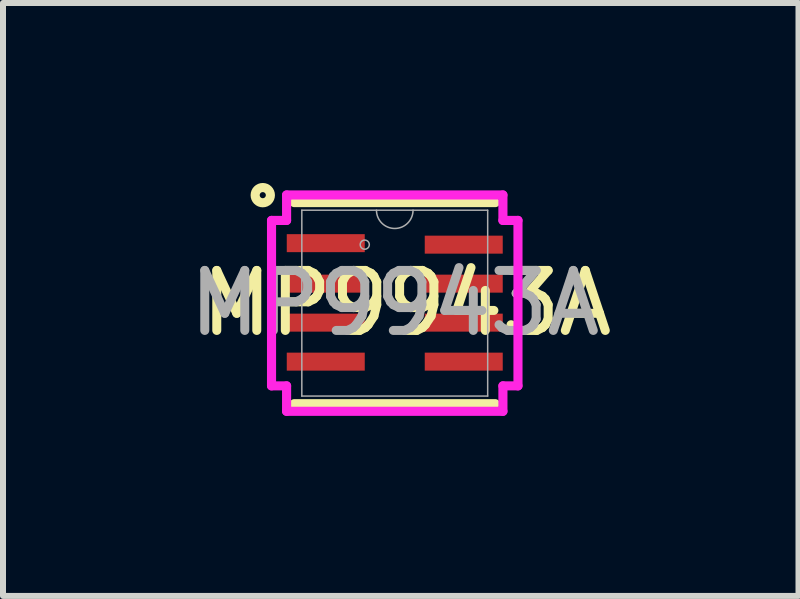
<source format=kicad_pcb>
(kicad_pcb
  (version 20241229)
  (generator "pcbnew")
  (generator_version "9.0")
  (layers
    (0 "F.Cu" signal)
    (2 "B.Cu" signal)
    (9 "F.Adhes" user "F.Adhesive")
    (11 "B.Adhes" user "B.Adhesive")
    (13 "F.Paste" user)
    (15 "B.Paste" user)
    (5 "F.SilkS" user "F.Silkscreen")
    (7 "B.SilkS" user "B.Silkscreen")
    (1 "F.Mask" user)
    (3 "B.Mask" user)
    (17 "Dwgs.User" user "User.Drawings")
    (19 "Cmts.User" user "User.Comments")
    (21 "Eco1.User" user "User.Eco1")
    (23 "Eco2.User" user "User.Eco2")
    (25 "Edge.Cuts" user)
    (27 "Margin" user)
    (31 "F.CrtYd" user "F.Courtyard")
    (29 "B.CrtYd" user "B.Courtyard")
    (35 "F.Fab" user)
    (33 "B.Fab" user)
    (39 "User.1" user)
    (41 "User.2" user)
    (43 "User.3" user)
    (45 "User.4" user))
  (footprint "MP9943A"
    (layer "F.Cu")
    (at 3.53 2.003)
    (property "Reference" "MP9943A" (at 0.2 0 0) (unlocked yes) (layer "F.SilkS") (effects (font (size 1 1) (thickness 0.15))))
    (attr smd)
    (fp_line (start -1.676 1.676) (end 1.676 1.676) (stroke (width 0.152) (type solid)) (layer "F.SilkS"))
    (fp_line (start 1.676 -1.676) (end -1.676 -1.676) (stroke (width 0.152) (type solid)) (layer "F.SilkS"))
    (fp_circle (center -2.2 -1.8) (end -2.073 -1.8) (stroke (width 0.152) (type solid)) (fill no) (layer "F.SilkS"))
    (fp_line (start -2.054 -1.379) (end -1.803 -1.379) (stroke (width 0.152) (type solid)) (layer "F.CrtYd"))
    (fp_line (start -2.054 1.379) (end -2.054 -1.379) (stroke (width 0.152) (type solid)) (layer "F.CrtYd"))
    (fp_line (start -2.054 1.379) (end -1.803 1.379) (stroke (width 0.152) (type solid)) (layer "F.CrtYd"))
    (fp_line (start -1.803 -1.803) (end 1.803 -1.803) (stroke (width 0.152) (type solid)) (layer "F.CrtYd"))
    (fp_line (start -1.803 -1.379) (end -1.803 -1.803) (stroke (width 0.152) (type solid)) (layer "F.CrtYd"))
    (fp_line (start -1.803 1.803) (end -1.803 1.379) (stroke (width 0.152) (type solid)) (layer "F.CrtYd"))
    (fp_line (start 1.803 -1.803) (end 1.803 -1.379) (stroke (width 0.152) (type solid)) (layer "F.CrtYd"))
    (fp_line (start 1.803 1.379) (end 1.803 1.803) (stroke (width 0.152) (type solid)) (layer "F.CrtYd"))
    (fp_line (start 1.803 1.803) (end -1.803 1.803) (stroke (width 0.152) (type solid)) (layer "F.CrtYd"))
    (fp_line (start 2.054 -1.379) (end 1.803 -1.379) (stroke (width 0.152) (type solid)) (layer "F.CrtYd"))
    (fp_line (start 2.054 -1.379) (end 2.054 1.379) (stroke (width 0.152) (type solid)) (layer "F.CrtYd"))
    (fp_line (start 2.054 1.379) (end 1.803 1.379) (stroke (width 0.152) (type solid)) (layer "F.CrtYd"))
    (fp_line (start -1.549 -1.549) (end -1.549 1.549) (stroke (width 0.025) (type solid)) (layer "F.Fab"))
    (fp_line (start -1.549 1.549) (end 1.549 1.549) (stroke (width 0.025) (type solid)) (layer "F.Fab"))
    (fp_line (start 1.549 -1.549) (end -1.549 -1.549) (stroke (width 0.025) (type solid)) (layer "F.Fab"))
    (fp_line (start 1.549 1.549) (end 1.549 -1.549) (stroke (width 0.025) (type solid)) (layer "F.Fab"))
    (fp_arc (start 0.3048 -1.5494) (mid 0 -1.2446) (end -0.3048 -1.5494) (stroke (width 0.0254) (type solid)) (layer "F.Fab"))
    (fp_circle (center -0.5 -0.975) (end -0.424 -0.975) (stroke (width 0.025) (type solid)) (fill no) (layer "F.Fab"))
    (fp_text user "${REFERENCE}" (at 0 0 0) (unlocked yes) (layer "F.Fab") (effects (font (size 1 1) (thickness 0.15))))
    (pad "1" smd rect (at -1.15 -1) (size 1.3 0.3) (layers "F.Cu" "F.Mask" "F.Paste"))
    (pad "2" smd rect (at -1.15 -0.325) (size 1.3 0.3) (layers "F.Cu" "F.Mask" "F.Paste"))
    (pad "3" smd rect (at -1.15 0.325) (size 1.3 0.3) (layers "F.Cu" "F.Mask" "F.Paste"))
    (pad "4" smd rect (at -1.15 0.975) (size 1.3 0.3) (layers "F.Cu" "F.Mask" "F.Paste"))
    (pad "5" smd rect (at 1.15 0.975) (size 1.3 0.3) (layers "F.Cu" "F.Mask" "F.Paste"))
    (pad "6" smd rect (at 1.15 0.325) (size 1.3 0.3) (layers "F.Cu" "F.Mask" "F.Paste"))
    (pad "7" smd rect (at 1.15 -0.325) (size 1.3 0.3) (layers "F.Cu" "F.Mask" "F.Paste"))
    (pad "8" smd rect (at 1.15 -0.975) (size 1.3 0.3) (layers "F.Cu" "F.Mask" "F.Paste")))
  (gr_rect
    (start -3 -3)
    (end 10.26 6.883)
    (stroke (width 0.1) (type default))
    (fill no)
    (layer "Edge.Cuts")))
</source>
